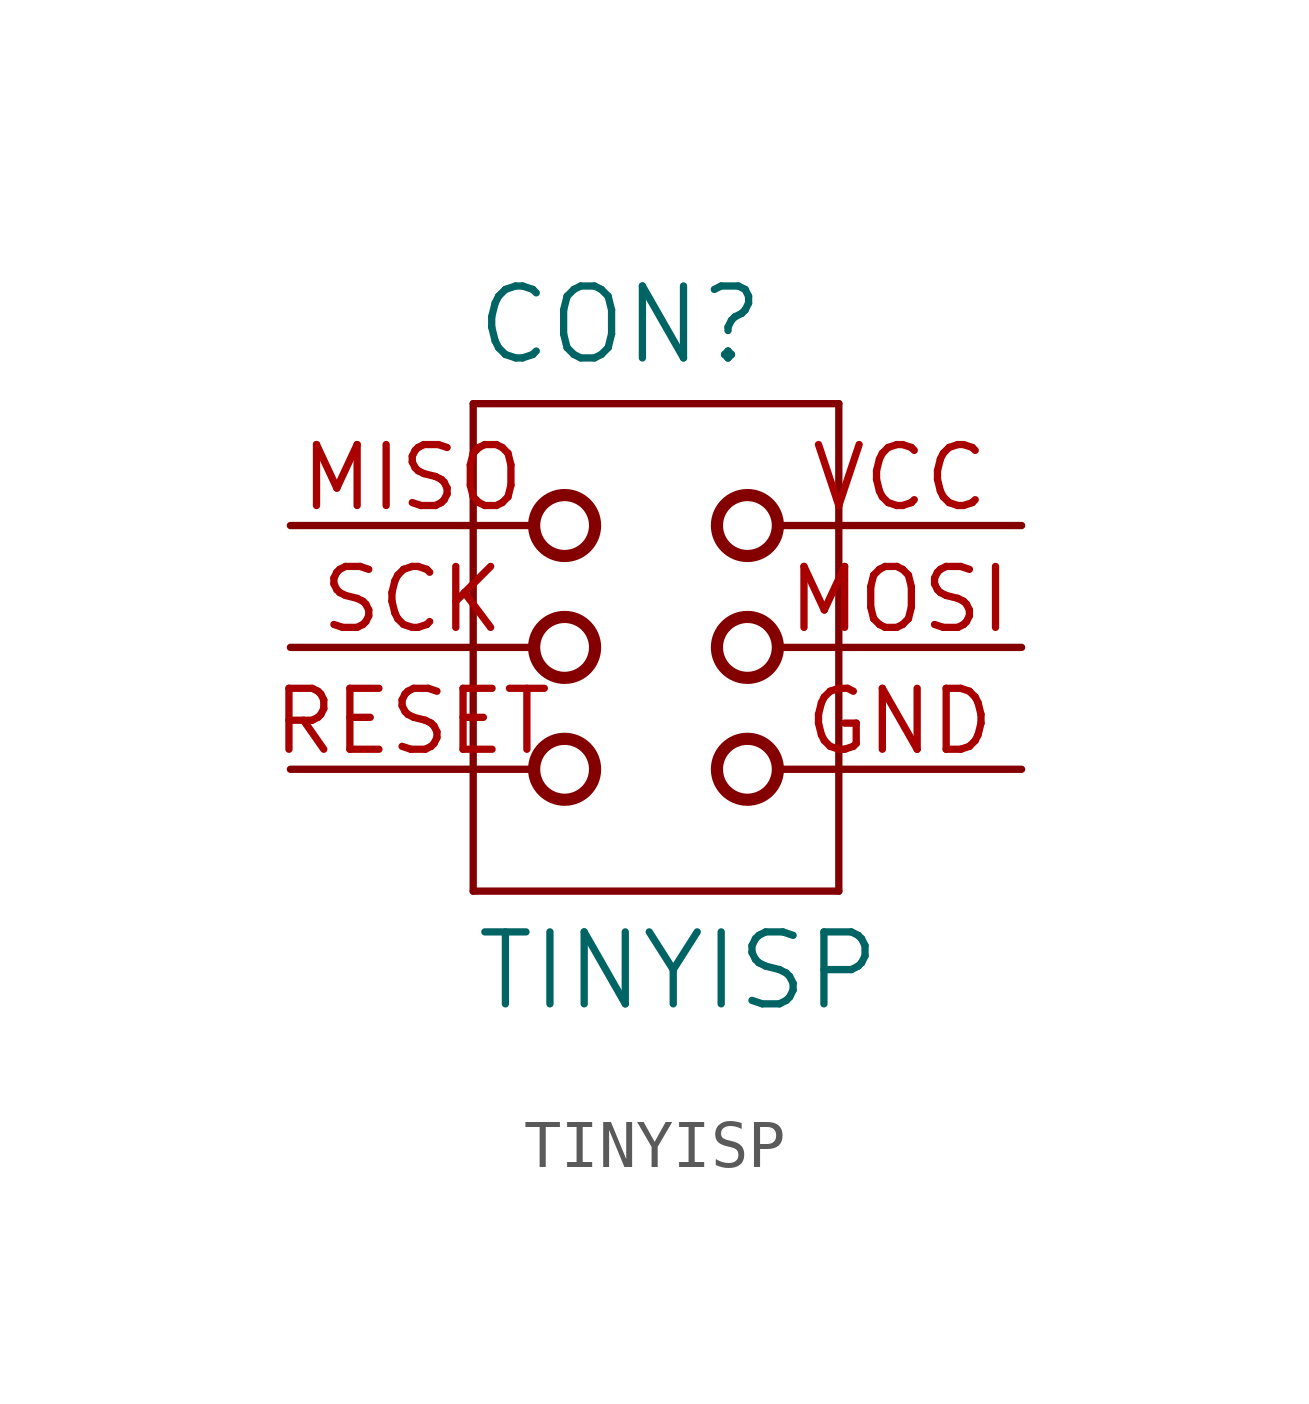
<source format=kicad_sym>
(kicad_symbol_lib
  (version 20211014)
  (generator kicad_symbol_editor)
  (symbol "TINYISP"
    (pin_names
      (offset 1.016))
    (property "Reference" "CON"
      (at -3.81 5.842 0)
      (effects (font (size 1.499 1.499)) (justify left bottom)))
    (property "Value" "TINYISP"
      (at -3.81 -7.62 0)
      (effects (font (size 1.499 1.499)) (justify left bottom)))
    (property "ki_locked" ""
      (at 0 0 0)
      (effects (font (size 1.27 1.27))))
    (symbol "TINYISP_1_0"
      (circle (center -1.905 -2.54) (radius 0.635) (stroke (width 0.254) (type default) (color 0 0 0 0)) (fill (type none)))
      (circle (center -1.905 0) (radius 0.635) (stroke (width 0.254) (type default) (color 0 0 0 0)) (fill (type none)))
      (circle (center -1.905 2.54) (radius 0.635) (stroke (width 0.254) (type default) (color 0 0 0 0)) (fill (type none)))
      (polyline (pts (xy -3.81 5.08) (xy -3.81 -5.08)) (stroke (width 0) (type default) (color 0 0 0 0)) (fill (type none)))
      (polyline (pts (xy -3.81 5.08) (xy 3.81 5.08)) (stroke (width 0) (type default) (color 0 0 0 0)) (fill (type none)))
      (polyline (pts (xy 3.81 -5.08) (xy -3.81 -5.08)) (stroke (width 0) (type default) (color 0 0 0 0)) (fill (type none)))
      (polyline (pts (xy 3.81 -5.08) (xy 3.81 5.08)) (stroke (width 0) (type default) (color 0 0 0 0)) (fill (type none)))
      (circle (center 1.905 -2.54) (radius 0.635) (stroke (width 0.254) (type default) (color 0 0 0 0)) (fill (type none)))
      (circle (center 1.905 0) (radius 0.635) (stroke (width 0.254) (type default) (color 0 0 0 0)) (fill (type none)))
      (circle (center 1.905 2.54) (radius 0.635) (stroke (width 0.254) (type default) (color 0 0 0 0)) (fill (type none)))
      (pin passive line (at 7.62 -2.54 180) (length 5.08) (name "GND" (effects (font (size 0 0)))) (number "GND" (effects (font (size 1.27 1.27)))))
      (pin passive line (at -7.62 2.54 0) (length 5.08) (name "MISO" (effects (font (size 0 0)))) (number "MISO" (effects (font (size 1.27 1.27)))))
      (pin passive line (at 7.62 0 180) (length 5.08) (name "MOSI" (effects (font (size 0 0)))) (number "MOSI" (effects (font (size 1.27 1.27)))))
      (pin passive line (at -7.62 -2.54 0) (length 5.08) (name "RESET" (effects (font (size 0 0)))) (number "RESET" (effects (font (size 1.27 1.27)))))
      (pin passive line (at -7.62 0 0) (length 5.08) (name "SCK" (effects (font (size 0 0)))) (number "SCK" (effects (font (size 1.27 1.27)))))
      (pin passive line (at 7.62 2.54 180) (length 5.08) (name "VCC" (effects (font (size 0 0)))) (number "VCC" (effects (font (size 1.27 1.27))))))))
</source>
